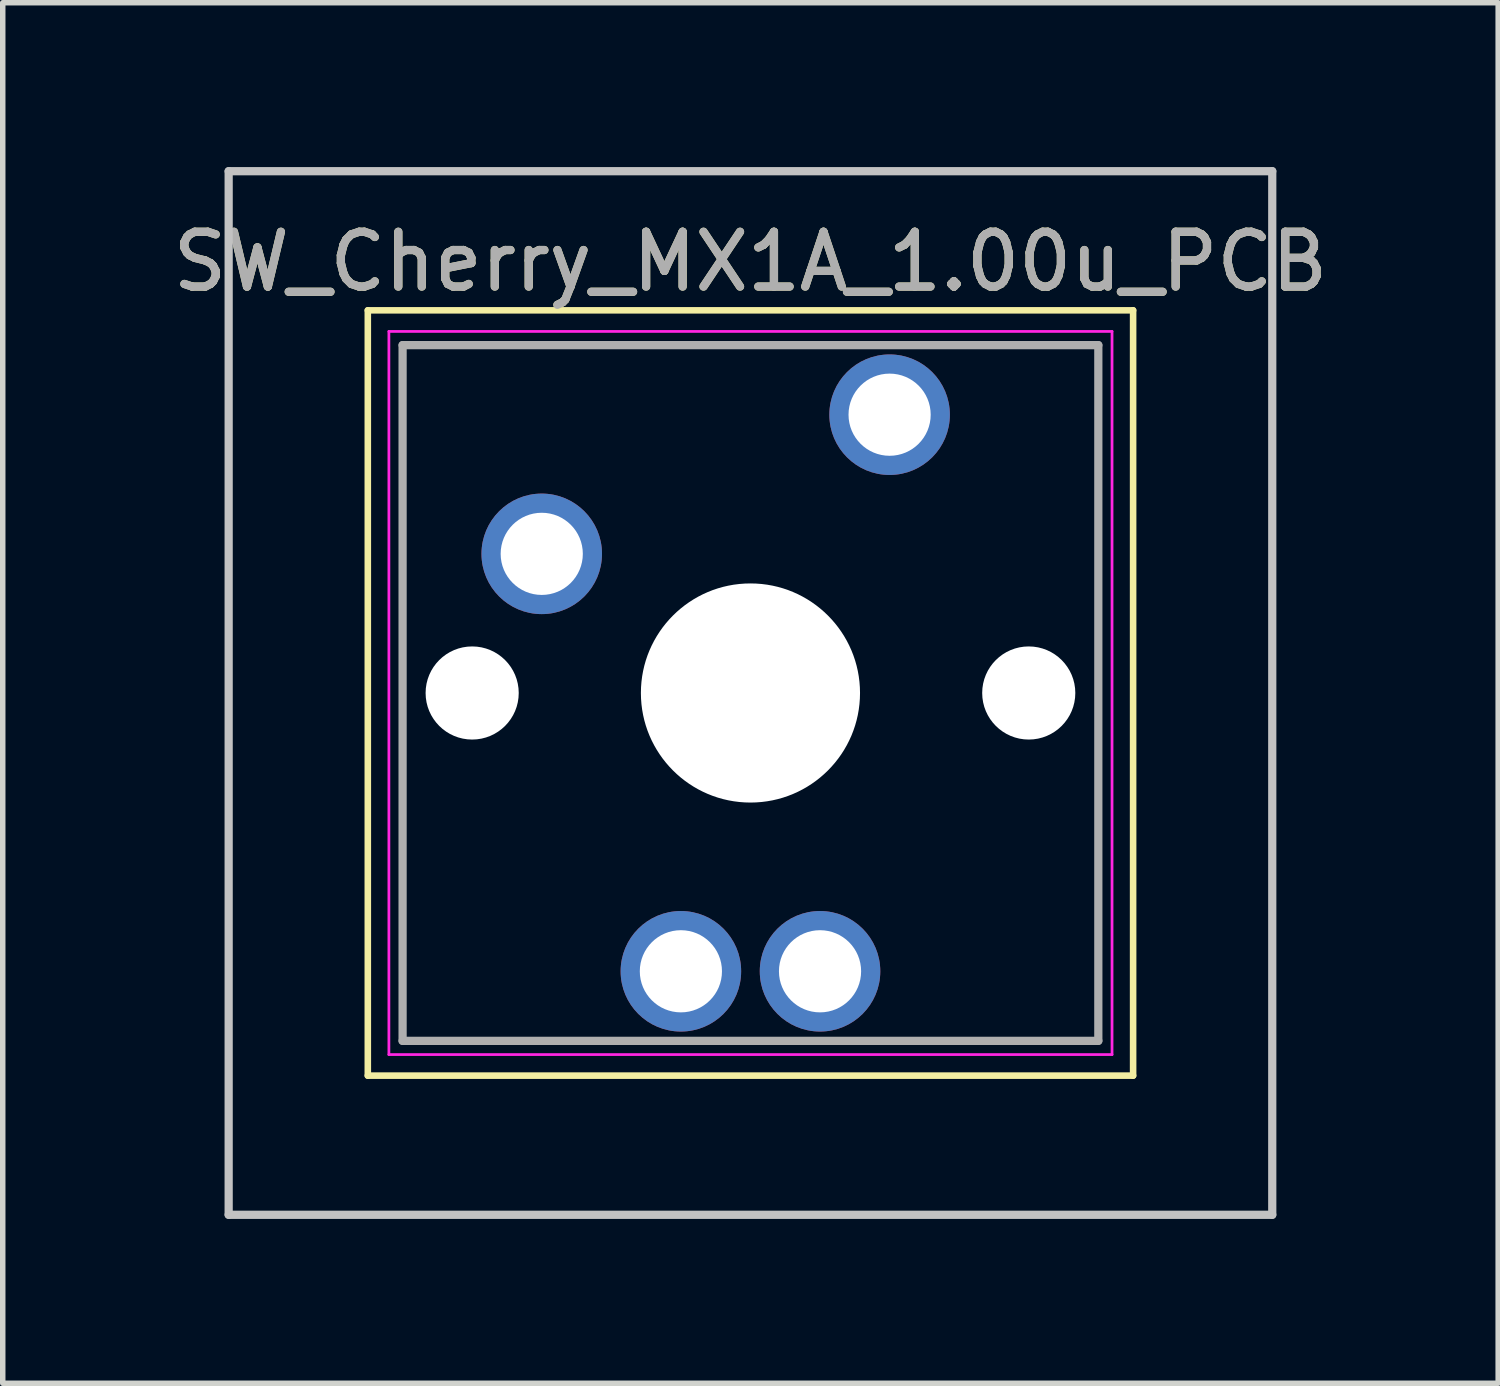
<source format=kicad_pcb>
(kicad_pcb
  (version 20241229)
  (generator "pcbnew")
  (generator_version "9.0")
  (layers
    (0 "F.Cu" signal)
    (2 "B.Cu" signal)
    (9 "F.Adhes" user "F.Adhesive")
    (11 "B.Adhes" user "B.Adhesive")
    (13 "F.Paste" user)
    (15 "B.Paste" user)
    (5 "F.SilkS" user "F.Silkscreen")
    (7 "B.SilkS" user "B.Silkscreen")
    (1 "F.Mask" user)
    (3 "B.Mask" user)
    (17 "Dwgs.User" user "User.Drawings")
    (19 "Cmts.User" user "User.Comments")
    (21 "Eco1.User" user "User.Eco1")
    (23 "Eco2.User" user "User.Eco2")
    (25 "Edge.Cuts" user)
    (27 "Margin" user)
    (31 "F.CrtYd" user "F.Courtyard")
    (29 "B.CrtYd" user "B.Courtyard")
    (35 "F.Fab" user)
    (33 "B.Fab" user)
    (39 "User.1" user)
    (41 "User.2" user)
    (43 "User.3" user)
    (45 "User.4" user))
  (footprint "SW_Cherry_MX1A_1.00u_PCB"
    (layer "F.Cu")
    (at 13.189 4.52)
    (property "Reference" "SW_Cherry_MX1A_1.00u_PCB" (at -2.54 -2.794 0) (layer "F.SilkS") (effects (font (size 1 1) (thickness 0.15))))
    (attr through_hole)
    (fp_line (start -9.525 -1.905) (end 4.445 -1.905) (stroke (width 0.12) (type solid)) (layer "F.SilkS"))
    (fp_line (start -9.525 12.065) (end -9.525 -1.905) (stroke (width 0.12) (type solid)) (layer "F.SilkS"))
    (fp_line (start 4.445 -1.905) (end 4.445 12.065) (stroke (width 0.12) (type solid)) (layer "F.SilkS"))
    (fp_line (start 4.445 12.065) (end -9.525 12.065) (stroke (width 0.12) (type solid)) (layer "F.SilkS"))
    (fp_line (start -12.065 -4.445) (end 6.985 -4.445) (stroke (width 0.15) (type solid)) (layer "Dwgs.User"))
    (fp_line (start -12.065 14.605) (end -12.065 -4.445) (stroke (width 0.15) (type solid)) (layer "Dwgs.User"))
    (fp_line (start 6.985 -4.445) (end 6.985 14.605) (stroke (width 0.15) (type solid)) (layer "Dwgs.User"))
    (fp_line (start 6.985 14.605) (end -12.065 14.605) (stroke (width 0.15) (type solid)) (layer "Dwgs.User"))
    (fp_line (start -9.14 -1.52) (end 4.06 -1.52) (stroke (width 0.05) (type solid)) (layer "F.CrtYd"))
    (fp_line (start -9.14 11.68) (end -9.14 -1.52) (stroke (width 0.05) (type solid)) (layer "F.CrtYd"))
    (fp_line (start 4.06 -1.52) (end 4.06 11.68) (stroke (width 0.05) (type solid)) (layer "F.CrtYd"))
    (fp_line (start 4.06 11.68) (end -9.14 11.68) (stroke (width 0.05) (type solid)) (layer "F.CrtYd"))
    (fp_line (start -8.89 -1.27) (end 3.81 -1.27) (stroke (width 0.15) (type solid)) (layer "F.Fab"))
    (fp_line (start -8.89 11.43) (end -8.89 -1.27) (stroke (width 0.15) (type solid)) (layer "F.Fab"))
    (fp_line (start 3.81 -1.27) (end 3.81 11.43) (stroke (width 0.15) (type solid)) (layer "F.Fab"))
    (fp_line (start 3.81 11.43) (end -8.89 11.43) (stroke (width 0.15) (type solid)) (layer "F.Fab"))
    (fp_text user "${REFERENCE}" (at -2.54 -2.794 0) (layer "F.Fab") (effects (font (size 1 1) (thickness 0.15))))
    (pad "" np_thru_hole circle (at -7.62 5.08) (size 1.7 1.7) (drill 1.7) (layers "*.Cu" "*.Mask"))
    (pad "" np_thru_hole circle (at -2.54 5.08) (size 4 4) (drill 4) (layers "*.Cu" "*.Mask"))
    (pad "" np_thru_hole circle (at 2.54 5.08) (size 1.7 1.7) (drill 1.7) (layers "*.Cu" "*.Mask"))
    (pad "1" thru_hole circle (at 0 0) (size 2.2 2.2) (drill 1.5) (layers "*.Cu" "*.Mask"))
    (pad "2" thru_hole circle (at -6.35 2.54) (size 2.2 2.2) (drill 1.5) (layers "*.Cu" "*.Mask"))
    (pad "3" thru_hole circle (at -3.81 10.16) (size 2.2 2.2) (drill 1.5) (layers "*.Cu" "*.Mask"))
    (pad "4" thru_hole circle (at -1.27 10.16) (size 2.2 2.2) (drill 1.5) (layers "*.Cu" "*.Mask")))
  (gr_rect
    (start -3 -3)
    (end 24.298 22.2)
    (stroke (width 0.1) (type default))
    (fill no)
    (layer "Edge.Cuts")))
</source>
